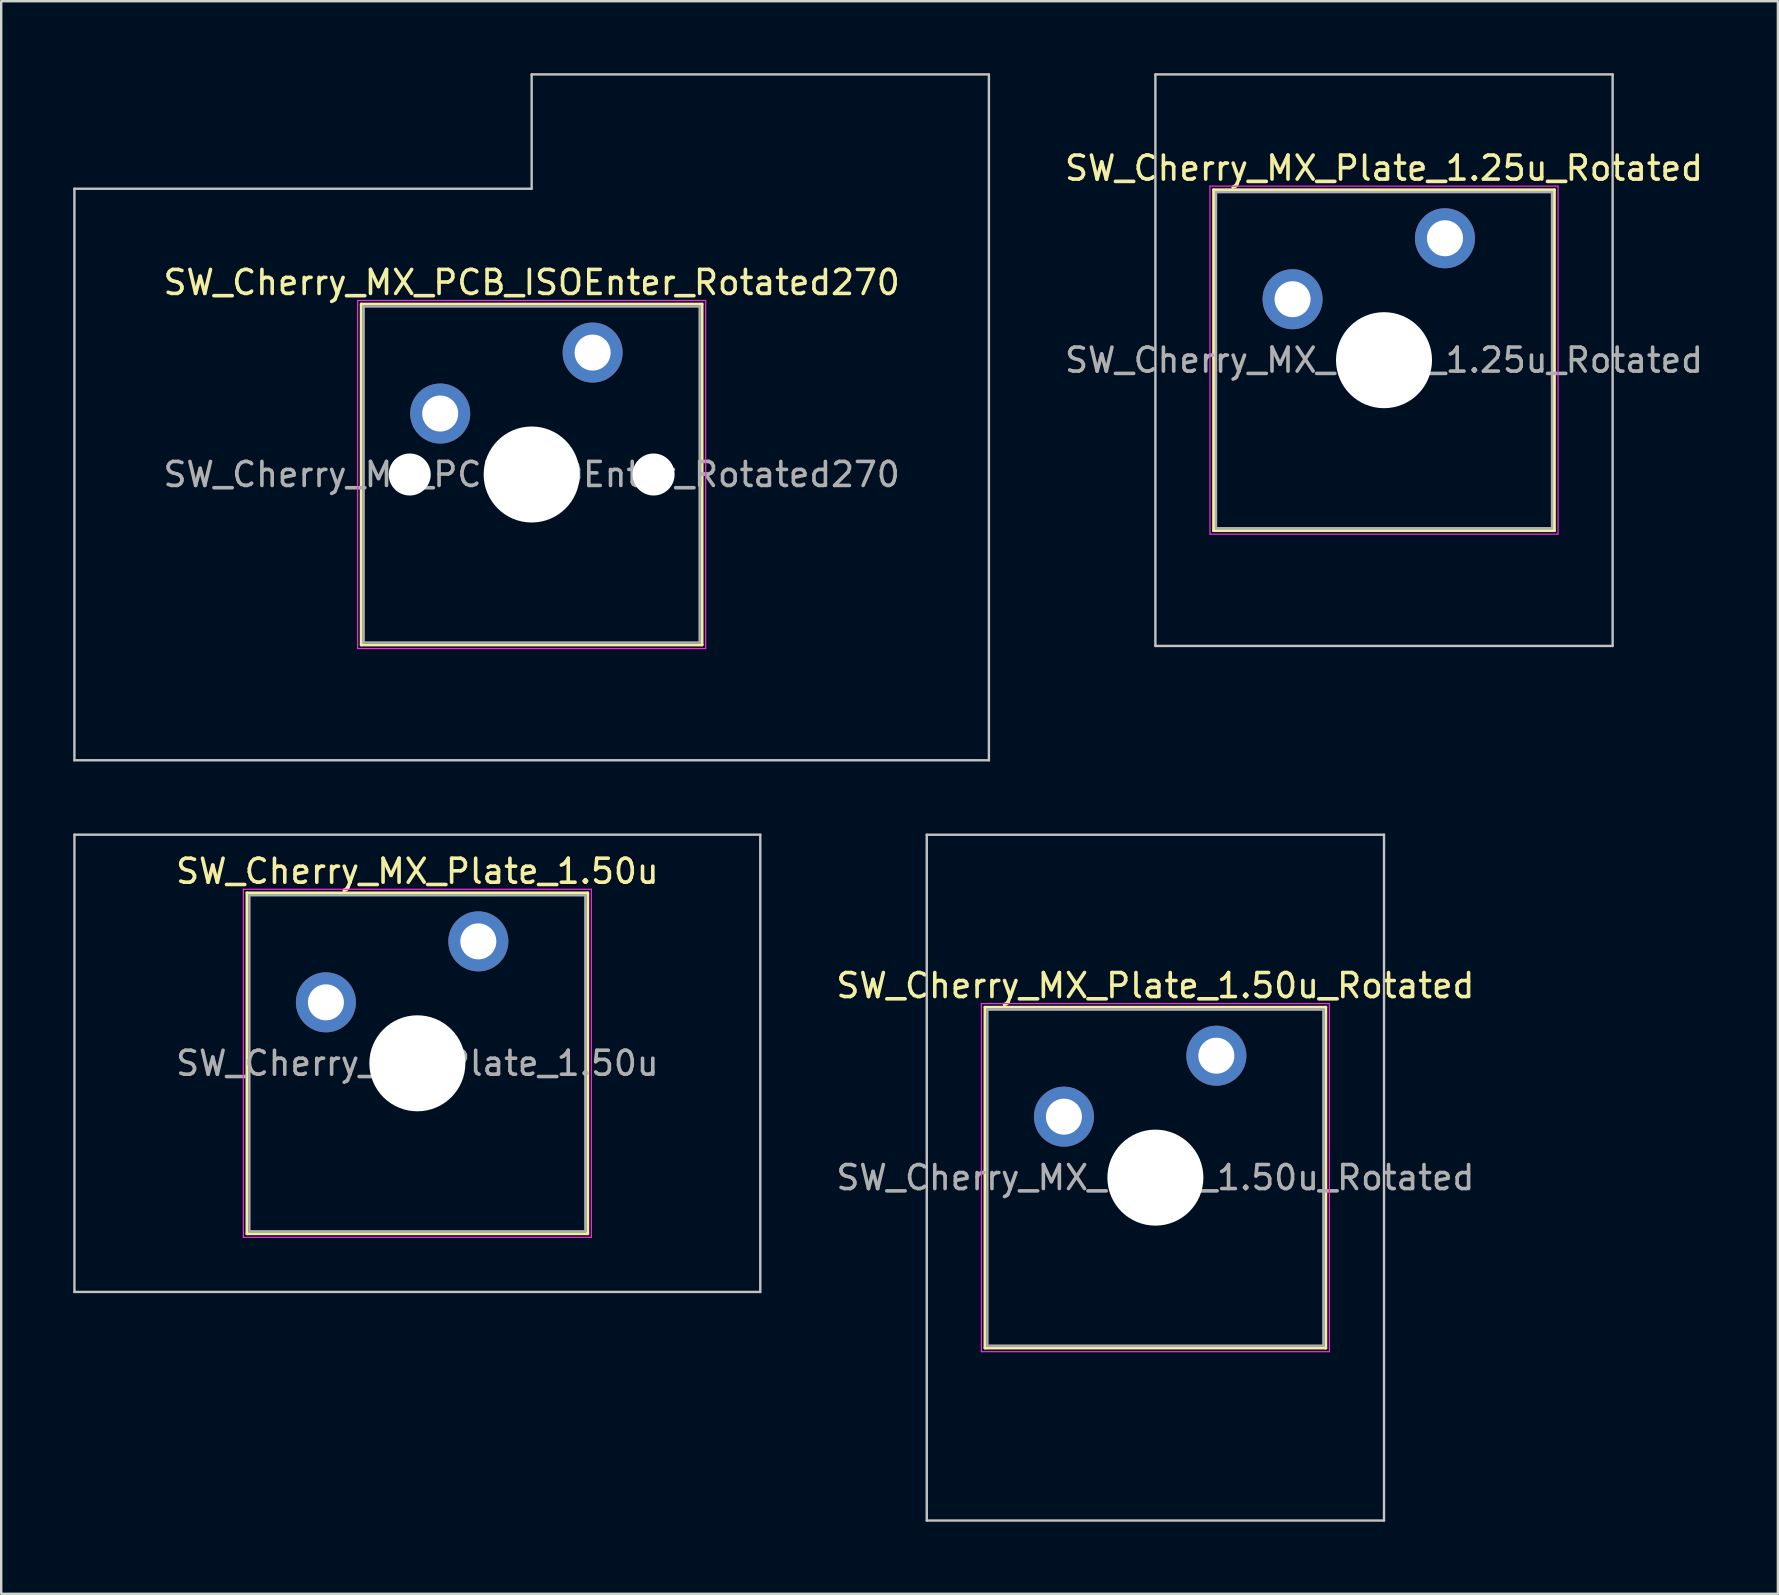
<source format=kicad_pcb>
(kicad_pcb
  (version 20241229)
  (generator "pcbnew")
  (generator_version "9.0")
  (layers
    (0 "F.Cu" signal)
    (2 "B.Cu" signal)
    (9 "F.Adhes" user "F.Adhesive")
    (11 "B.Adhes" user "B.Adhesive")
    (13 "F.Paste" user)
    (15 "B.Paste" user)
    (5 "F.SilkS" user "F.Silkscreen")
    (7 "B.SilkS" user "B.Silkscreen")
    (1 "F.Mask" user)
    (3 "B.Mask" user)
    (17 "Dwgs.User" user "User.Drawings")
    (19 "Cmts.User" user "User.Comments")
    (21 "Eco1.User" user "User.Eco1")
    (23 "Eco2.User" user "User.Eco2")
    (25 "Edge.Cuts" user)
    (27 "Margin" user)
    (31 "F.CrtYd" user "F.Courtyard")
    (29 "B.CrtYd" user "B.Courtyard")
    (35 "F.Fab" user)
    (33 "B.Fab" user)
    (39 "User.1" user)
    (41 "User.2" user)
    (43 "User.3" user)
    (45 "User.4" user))
  (footprint "SW_Cherry_MX_Plate_1.25u_Rotated"
    (layer "F.Cu")
    (at 54.611 11.956)
    (property "Reference" "SW_Cherry_MX_Plate_1.25u_Rotated" (at 0 -8 0) (layer "F.SilkS") (effects (font (size 1 1) (thickness 0.15))))
    (attr through_hole)
    (fp_line (start -7.1 -7.1) (end -7.1 7.1) (stroke (width 0.12) (type solid)) (layer "F.SilkS"))
    (fp_line (start -7.1 7.1) (end 7.1 7.1) (stroke (width 0.12) (type solid)) (layer "F.SilkS"))
    (fp_line (start 7.1 -7.1) (end -7.1 -7.1) (stroke (width 0.12) (type solid)) (layer "F.SilkS"))
    (fp_line (start 7.1 7.1) (end 7.1 -7.1) (stroke (width 0.12) (type solid)) (layer "F.SilkS"))
    (fp_line (start -9.525 -11.906) (end -9.525 11.906) (stroke (width 0.1) (type solid)) (layer "Dwgs.User"))
    (fp_line (start -9.525 11.906) (end 9.525 11.906) (stroke (width 0.1) (type solid)) (layer "Dwgs.User"))
    (fp_line (start 9.525 -11.906) (end -9.525 -11.906) (stroke (width 0.1) (type solid)) (layer "Dwgs.User"))
    (fp_line (start 9.525 11.906) (end 9.525 -11.906) (stroke (width 0.1) (type solid)) (layer "Dwgs.User"))
    (fp_line (start -7.25 -7.25) (end -7.25 7.25) (stroke (width 0.05) (type solid)) (layer "F.CrtYd"))
    (fp_line (start -7.25 7.25) (end 7.25 7.25) (stroke (width 0.05) (type solid)) (layer "F.CrtYd"))
    (fp_line (start 7.25 -7.25) (end -7.25 -7.25) (stroke (width 0.05) (type solid)) (layer "F.CrtYd"))
    (fp_line (start 7.25 7.25) (end 7.25 -7.25) (stroke (width 0.05) (type solid)) (layer "F.CrtYd"))
    (fp_line (start -7 -7) (end -7 7) (stroke (width 0.1) (type solid)) (layer "F.Fab"))
    (fp_line (start -7 7) (end 7 7) (stroke (width 0.1) (type solid)) (layer "F.Fab"))
    (fp_line (start 7 -7) (end -7 -7) (stroke (width 0.1) (type solid)) (layer "F.Fab"))
    (fp_line (start 7 7) (end 7 -7) (stroke (width 0.1) (type solid)) (layer "F.Fab"))
    (fp_text user "${REFERENCE}" (at 0 0 0) (layer "F.Fab") (effects (font (size 1 1) (thickness 0.15))))
    (pad "" np_thru_hole circle (at 0 0) (size 4 4) (drill 4) (layers "*.Cu" "*.Mask"))
    (pad "1" thru_hole circle (at -3.81 -2.54) (size 2.5 2.5) (drill 1.5) (layers "*.Cu" "B.Mask"))
    (pad "2" thru_hole circle (at 2.54 -5.08) (size 2.5 2.5) (drill 1.5) (layers "*.Cu" "B.Mask")))
  (footprint "SW_Cherry_MX_PCB_ISOEnter_Rotated270"
    (layer "F.Cu")
    (at 19.1 16.719)
    (property "Reference" "SW_Cherry_MX_PCB_ISOEnter_Rotated270" (at 0 -8 0) (layer "F.SilkS") (effects (font (size 1 1) (thickness 0.15))))
    (attr through_hole)
    (fp_line (start -7.1 -7.1) (end -7.1 7.1) (stroke (width 0.12) (type solid)) (layer "F.SilkS"))
    (fp_line (start -7.1 7.1) (end 7.1 7.1) (stroke (width 0.12) (type solid)) (layer "F.SilkS"))
    (fp_line (start 7.1 -7.1) (end -7.1 -7.1) (stroke (width 0.12) (type solid)) (layer "F.SilkS"))
    (fp_line (start 7.1 7.1) (end 7.1 -7.1) (stroke (width 0.12) (type solid)) (layer "F.SilkS"))
    (fp_line (start -19.05 -11.906) (end -19.05 11.906) (stroke (width 0.1) (type solid)) (layer "Dwgs.User"))
    (fp_line (start -19.05 11.906) (end 19.05 11.906) (stroke (width 0.1) (type solid)) (layer "Dwgs.User"))
    (fp_line (start 0 -16.669) (end 0 -11.906) (stroke (width 0.1) (type solid)) (layer "Dwgs.User"))
    (fp_line (start 0 -11.906) (end -19.05 -11.906) (stroke (width 0.1) (type solid)) (layer "Dwgs.User"))
    (fp_line (start 19.05 -16.669) (end 0 -16.669) (stroke (width 0.1) (type solid)) (layer "Dwgs.User"))
    (fp_line (start 19.05 11.906) (end 19.05 -16.669) (stroke (width 0.1) (type solid)) (layer "Dwgs.User"))
    (fp_line (start -7.25 -7.25) (end -7.25 7.25) (stroke (width 0.05) (type solid)) (layer "F.CrtYd"))
    (fp_line (start -7.25 7.25) (end 7.25 7.25) (stroke (width 0.05) (type solid)) (layer "F.CrtYd"))
    (fp_line (start 7.25 -7.25) (end -7.25 -7.25) (stroke (width 0.05) (type solid)) (layer "F.CrtYd"))
    (fp_line (start 7.25 7.25) (end 7.25 -7.25) (stroke (width 0.05) (type solid)) (layer "F.CrtYd"))
    (fp_line (start -7 -7) (end -7 7) (stroke (width 0.1) (type solid)) (layer "F.Fab"))
    (fp_line (start -7 7) (end 7 7) (stroke (width 0.1) (type solid)) (layer "F.Fab"))
    (fp_line (start 7 -7) (end -7 -7) (stroke (width 0.1) (type solid)) (layer "F.Fab"))
    (fp_line (start 7 7) (end 7 -7) (stroke (width 0.1) (type solid)) (layer "F.Fab"))
    (fp_text user "${REFERENCE}" (at 0 0 0) (layer "F.Fab") (effects (font (size 1 1) (thickness 0.15))))
    (pad "" np_thru_hole circle (at -5.08 0) (size 1.75 1.75) (drill 1.75) (layers "*.Cu" "*.Mask"))
    (pad "" np_thru_hole circle (at 0 0) (size 4 4) (drill 4) (layers "*.Cu" "*.Mask"))
    (pad "" np_thru_hole circle (at 5.08 0) (size 1.75 1.75) (drill 1.75) (layers "*.Cu" "*.Mask"))
    (pad "1" thru_hole circle (at -3.81 -2.54) (size 2.5 2.5) (drill 1.5) (layers "*.Cu" "B.Mask"))
    (pad "2" thru_hole circle (at 2.54 -5.08) (size 2.5 2.5) (drill 1.5) (layers "*.Cu" "B.Mask")))
  (footprint "SW_Cherry_MX_Plate_1.50u"
    (layer "F.Cu")
    (at 14.338 41.25)
    (property "Reference" "SW_Cherry_MX_Plate_1.50u" (at 0 -8 0) (layer "F.SilkS") (effects (font (size 1 1) (thickness 0.15))))
    (attr through_hole)
    (fp_line (start -7.1 -7.1) (end -7.1 7.1) (stroke (width 0.12) (type solid)) (layer "F.SilkS"))
    (fp_line (start -7.1 7.1) (end 7.1 7.1) (stroke (width 0.12) (type solid)) (layer "F.SilkS"))
    (fp_line (start 7.1 -7.1) (end -7.1 -7.1) (stroke (width 0.12) (type solid)) (layer "F.SilkS"))
    (fp_line (start 7.1 7.1) (end 7.1 -7.1) (stroke (width 0.12) (type solid)) (layer "F.SilkS"))
    (fp_line (start -14.287 -9.525) (end -14.287 9.525) (stroke (width 0.1) (type solid)) (layer "Dwgs.User"))
    (fp_line (start -14.287 9.525) (end 14.287 9.525) (stroke (width 0.1) (type solid)) (layer "Dwgs.User"))
    (fp_line (start 14.287 -9.525) (end -14.287 -9.525) (stroke (width 0.1) (type solid)) (layer "Dwgs.User"))
    (fp_line (start 14.287 9.525) (end 14.287 -9.525) (stroke (width 0.1) (type solid)) (layer "Dwgs.User"))
    (fp_line (start -7 -7) (end -7 7) (stroke (width 0.1) (type solid)) (layer "Eco1.User"))
    (fp_line (start -7 7) (end 7 7) (stroke (width 0.1) (type solid)) (layer "Eco1.User"))
    (fp_line (start 7 -7) (end -7 -7) (stroke (width 0.1) (type solid)) (layer "Eco1.User"))
    (fp_line (start 7 7) (end 7 -7) (stroke (width 0.1) (type solid)) (layer "Eco1.User"))
    (fp_line (start -7.25 -7.25) (end -7.25 7.25) (stroke (width 0.05) (type solid)) (layer "F.CrtYd"))
    (fp_line (start -7.25 7.25) (end 7.25 7.25) (stroke (width 0.05) (type solid)) (layer "F.CrtYd"))
    (fp_line (start 7.25 -7.25) (end -7.25 -7.25) (stroke (width 0.05) (type solid)) (layer "F.CrtYd"))
    (fp_line (start 7.25 7.25) (end 7.25 -7.25) (stroke (width 0.05) (type solid)) (layer "F.CrtYd"))
    (fp_line (start -7 -7) (end -7 7) (stroke (width 0.1) (type solid)) (layer "F.Fab"))
    (fp_line (start -7 7) (end 7 7) (stroke (width 0.1) (type solid)) (layer "F.Fab"))
    (fp_line (start 7 -7) (end -7 -7) (stroke (width 0.1) (type solid)) (layer "F.Fab"))
    (fp_line (start 7 7) (end 7 -7) (stroke (width 0.1) (type solid)) (layer "F.Fab"))
    (fp_text user "${REFERENCE}" (at 0 0 0) (layer "F.Fab") (effects (font (size 1 1) (thickness 0.15))))
    (pad "" np_thru_hole circle (at 0 0) (size 4 4) (drill 4) (layers "*.Cu" "*.Mask"))
    (pad "1" thru_hole circle (at -3.81 -2.54) (size 2.5 2.5) (drill 1.5) (layers "*.Cu" "*.Mask"))
    (pad "2" thru_hole circle (at 2.54 -5.08) (size 2.5 2.5) (drill 1.5) (layers "*.Cu" "*.Mask")))
  (footprint "SW_Cherry_MX_Plate_1.50u_Rotated"
    (layer "F.Cu")
    (at 45.086 46.013)
    (property "Reference" "SW_Cherry_MX_Plate_1.50u_Rotated" (at 0 -8 0) (layer "F.SilkS") (effects (font (size 1 1) (thickness 0.15))))
    (attr through_hole)
    (fp_line (start -7.1 -7.1) (end -7.1 7.1) (stroke (width 0.12) (type solid)) (layer "F.SilkS"))
    (fp_line (start -7.1 7.1) (end 7.1 7.1) (stroke (width 0.12) (type solid)) (layer "F.SilkS"))
    (fp_line (start 7.1 -7.1) (end -7.1 -7.1) (stroke (width 0.12) (type solid)) (layer "F.SilkS"))
    (fp_line (start 7.1 7.1) (end 7.1 -7.1) (stroke (width 0.12) (type solid)) (layer "F.SilkS"))
    (fp_line (start -9.525 -14.287) (end -9.525 14.287) (stroke (width 0.1) (type solid)) (layer "Dwgs.User"))
    (fp_line (start -9.525 14.287) (end 9.525 14.287) (stroke (width 0.1) (type solid)) (layer "Dwgs.User"))
    (fp_line (start 9.525 -14.287) (end -9.525 -14.287) (stroke (width 0.1) (type solid)) (layer "Dwgs.User"))
    (fp_line (start 9.525 14.287) (end 9.525 -14.287) (stroke (width 0.1) (type solid)) (layer "Dwgs.User"))
    (fp_line (start -7.25 -7.25) (end -7.25 7.25) (stroke (width 0.05) (type solid)) (layer "F.CrtYd"))
    (fp_line (start -7.25 7.25) (end 7.25 7.25) (stroke (width 0.05) (type solid)) (layer "F.CrtYd"))
    (fp_line (start 7.25 -7.25) (end -7.25 -7.25) (stroke (width 0.05) (type solid)) (layer "F.CrtYd"))
    (fp_line (start 7.25 7.25) (end 7.25 -7.25) (stroke (width 0.05) (type solid)) (layer "F.CrtYd"))
    (fp_line (start -7 -7) (end -7 7) (stroke (width 0.1) (type solid)) (layer "F.Fab"))
    (fp_line (start -7 7) (end 7 7) (stroke (width 0.1) (type solid)) (layer "F.Fab"))
    (fp_line (start 7 -7) (end -7 -7) (stroke (width 0.1) (type solid)) (layer "F.Fab"))
    (fp_line (start 7 7) (end 7 -7) (stroke (width 0.1) (type solid)) (layer "F.Fab"))
    (fp_text user "${REFERENCE}" (at 0 0 0) (layer "F.Fab") (effects (font (size 1 1) (thickness 0.15))))
    (pad "" np_thru_hole circle (at 0 0) (size 4 4) (drill 4) (layers "*.Cu" "*.Mask"))
    (pad "1" thru_hole circle (at -3.81 -2.54) (size 2.5 2.5) (drill 1.5) (layers "*.Cu" "B.Mask"))
    (pad "2" thru_hole circle (at 2.54 -5.08) (size 2.5 2.5) (drill 1.5) (layers "*.Cu" "B.Mask")))
  (gr_rect
    (start -3 -3)
    (end 71.021 63.35)
    (stroke (width 0.1) (type default))
    (fill no)
    (layer "Edge.Cuts")))
</source>
